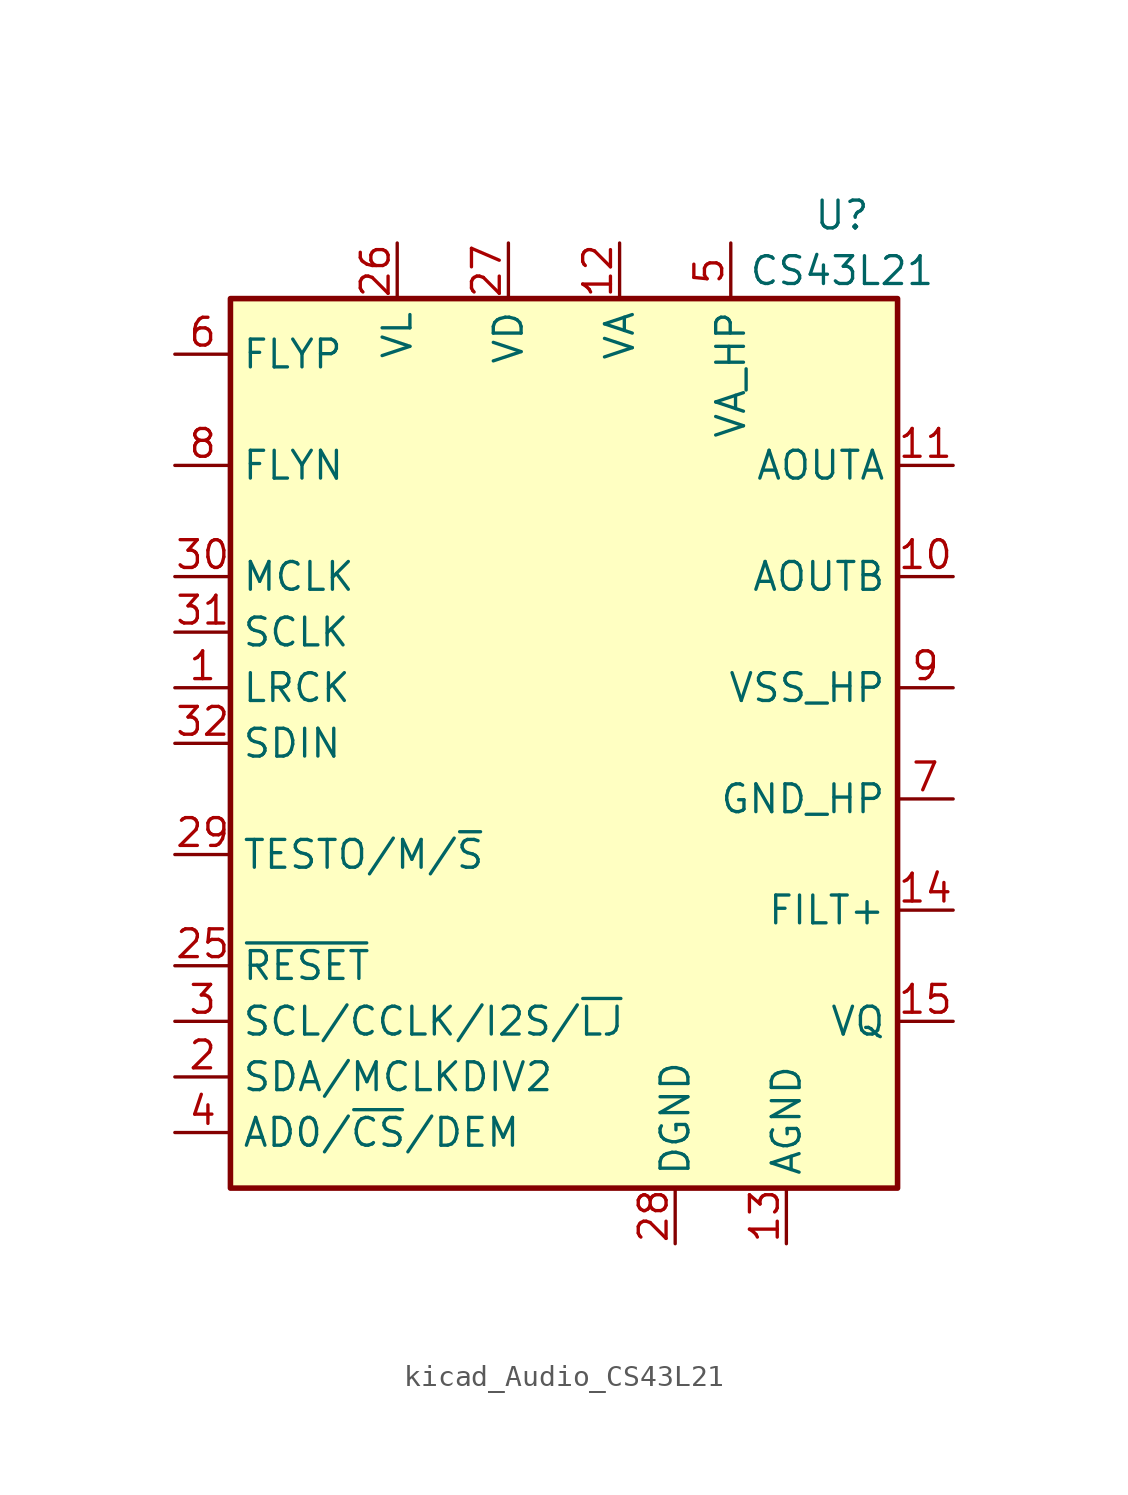
<source format=kicad_sym>
(kicad_symbol_lib
  (version 20220914)
  (generator kicad_symbol_editor)
  (symbol "kicad_Audio_CS43L21"
    (property "Reference" "U"
      (at 12.7 24.13 0)
      (effects (font (size 1.27 1.27))))
    (property "Value" "CS43L21"
      (at 12.7 21.59 0)
      (effects (font (size 1.27 1.27))))
    (symbol "kicad_Audio_CS43L21_0_1"
      (rectangle (start -15.24 20.32) (end 15.24 -20.32) (stroke (width 0.254) (type default)) (fill (type background))))
    (symbol "kicad_Audio_CS43L21_1_1"
      (pin bidirectional line (at -17.78 2.54 0) (length 2.54) (name "LRCK" (effects (font (size 1.27 1.27)))) (number "1" (effects (font (size 1.27 1.27)))))
      (pin output line (at 17.78 7.62 180) (length 2.54) (name "AOUTB" (effects (font (size 1.27 1.27)))) (number "10" (effects (font (size 1.27 1.27)))))
      (pin output line (at 17.78 12.7 180) (length 2.54) (name "AOUTA" (effects (font (size 1.27 1.27)))) (number "11" (effects (font (size 1.27 1.27)))))
      (pin input line (at 2.54 22.86 270) (length 2.54) (name "VA" (effects (font (size 1.27 1.27)))) (number "12" (effects (font (size 1.27 1.27)))))
      (pin power_in line (at 10.16 -22.86 90) (length 2.54) (name "AGND" (effects (font (size 1.27 1.27)))) (number "13" (effects (font (size 1.27 1.27)))))
      (pin output line (at 17.78 -7.62 180) (length 2.54) (name "FILT+" (effects (font (size 1.27 1.27)))) (number "14" (effects (font (size 1.27 1.27)))))
      (pin output line (at 17.78 -12.7 180) (length 2.54) (name "VQ" (effects (font (size 1.27 1.27)))) (number "15" (effects (font (size 1.27 1.27)))))
      (pin no_connect line (at -12.7 -20.32 90) (length 2.54) hide (name "NIC" (effects (font (size 1.27 1.27)))) (number "16" (effects (font (size 1.27 1.27)))))
      (pin no_connect line (at -10.16 -20.32 90) (length 2.54) hide (name "TSTO" (effects (font (size 1.27 1.27)))) (number "17" (effects (font (size 1.27 1.27)))))
      (pin no_connect line (at -7.62 -20.32 90) (length 2.54) hide (name "TSTO" (effects (font (size 1.27 1.27)))) (number "18" (effects (font (size 1.27 1.27)))))
      (pin no_connect line (at -5.08 -20.32 90) (length 2.54) hide (name "TSTO" (effects (font (size 1.27 1.27)))) (number "19" (effects (font (size 1.27 1.27)))))
      (pin bidirectional line (at -17.78 -15.24 0) (length 2.54) (name "SDA/MCLKDIV2" (effects (font (size 1.27 1.27)))) (number "2" (effects (font (size 1.27 1.27)))))
      (pin no_connect line (at -2.54 -20.32 90) (length 2.54) hide (name "TSTO" (effects (font (size 1.27 1.27)))) (number "20" (effects (font (size 1.27 1.27)))))
      (pin no_connect line (at 0 -20.32 90) (length 2.54) hide (name "TSTO" (effects (font (size 1.27 1.27)))) (number "21" (effects (font (size 1.27 1.27)))))
      (pin no_connect line (at 2.54 -20.32 90) (length 2.54) hide (name "TSTO" (effects (font (size 1.27 1.27)))) (number "22" (effects (font (size 1.27 1.27)))))
      (pin no_connect line (at 7.62 -20.32 90) (length 2.54) hide (name "TSTO" (effects (font (size 1.27 1.27)))) (number "23" (effects (font (size 1.27 1.27)))))
      (pin no_connect line (at 12.7 -20.32 90) (length 2.54) hide (name "TSTO" (effects (font (size 1.27 1.27)))) (number "24" (effects (font (size 1.27 1.27)))))
      (pin input line (at -17.78 -10.16 0) (length 2.54) (name "~{RESET}" (effects (font (size 1.27 1.27)))) (number "25" (effects (font (size 1.27 1.27)))))
      (pin input line (at -7.62 22.86 270) (length 2.54) (name "VL" (effects (font (size 1.27 1.27)))) (number "26" (effects (font (size 1.27 1.27)))))
      (pin power_in line (at -2.54 22.86 270) (length 2.54) (name "VD" (effects (font (size 1.27 1.27)))) (number "27" (effects (font (size 1.27 1.27)))))
      (pin power_in line (at 5.08 -22.86 90) (length 2.54) (name "DGND" (effects (font (size 1.27 1.27)))) (number "28" (effects (font (size 1.27 1.27)))))
      (pin input line (at -17.78 -5.08 0) (length 2.54) (name "TESTO/M/~{S}" (effects (font (size 1.27 1.27)))) (number "29" (effects (font (size 1.27 1.27)))))
      (pin input line (at -17.78 -12.7 0) (length 2.54) (name "SCL/CCLK/I2S/~{LJ}" (effects (font (size 1.27 1.27)))) (number "3" (effects (font (size 1.27 1.27)))))
      (pin input line (at -17.78 7.62 0) (length 2.54) (name "MCLK" (effects (font (size 1.27 1.27)))) (number "30" (effects (font (size 1.27 1.27)))))
      (pin input line (at -17.78 5.08 0) (length 2.54) (name "SCLK" (effects (font (size 1.27 1.27)))) (number "31" (effects (font (size 1.27 1.27)))))
      (pin input line (at -17.78 0 0) (length 2.54) (name "SDIN" (effects (font (size 1.27 1.27)))) (number "32" (effects (font (size 1.27 1.27)))))
      (pin passive line (at 10.16 -22.86 90) (length 2.54) hide (name "AGND" (effects (font (size 1.27 1.27)))) (number "33" (effects (font (size 1.27 1.27)))))
      (pin input line (at -17.78 -17.78 0) (length 2.54) (name "AD0/~{CS}/DEM" (effects (font (size 1.27 1.27)))) (number "4" (effects (font (size 1.27 1.27)))))
      (pin input line (at 7.62 22.86 270) (length 2.54) (name "VA_HP" (effects (font (size 1.27 1.27)))) (number "5" (effects (font (size 1.27 1.27)))))
      (pin input line (at -17.78 17.78 0) (length 2.54) (name "FLYP" (effects (font (size 1.27 1.27)))) (number "6" (effects (font (size 1.27 1.27)))))
      (pin input line (at 17.78 -2.54 180) (length 2.54) (name "GND_HP" (effects (font (size 1.27 1.27)))) (number "7" (effects (font (size 1.27 1.27)))))
      (pin input line (at -17.78 12.7 0) (length 2.54) (name "FLYN" (effects (font (size 1.27 1.27)))) (number "8" (effects (font (size 1.27 1.27)))))
      (pin output line (at 17.78 2.54 180) (length 2.54) (name "VSS_HP" (effects (font (size 1.27 1.27)))) (number "9" (effects (font (size 1.27 1.27))))))))
</source>
